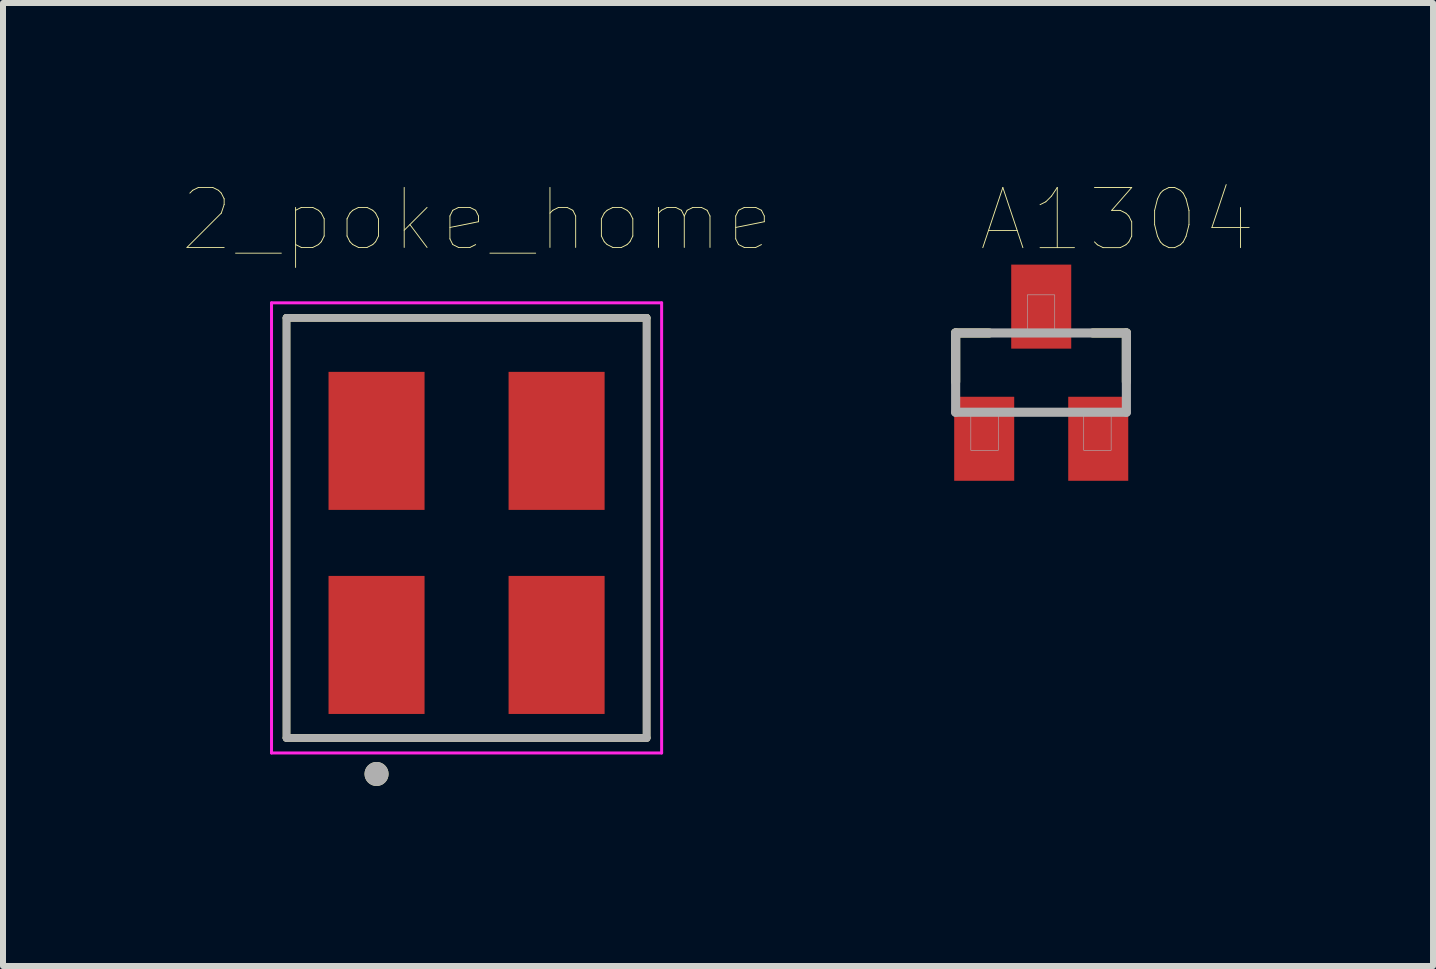
<source format=kicad_pcb>
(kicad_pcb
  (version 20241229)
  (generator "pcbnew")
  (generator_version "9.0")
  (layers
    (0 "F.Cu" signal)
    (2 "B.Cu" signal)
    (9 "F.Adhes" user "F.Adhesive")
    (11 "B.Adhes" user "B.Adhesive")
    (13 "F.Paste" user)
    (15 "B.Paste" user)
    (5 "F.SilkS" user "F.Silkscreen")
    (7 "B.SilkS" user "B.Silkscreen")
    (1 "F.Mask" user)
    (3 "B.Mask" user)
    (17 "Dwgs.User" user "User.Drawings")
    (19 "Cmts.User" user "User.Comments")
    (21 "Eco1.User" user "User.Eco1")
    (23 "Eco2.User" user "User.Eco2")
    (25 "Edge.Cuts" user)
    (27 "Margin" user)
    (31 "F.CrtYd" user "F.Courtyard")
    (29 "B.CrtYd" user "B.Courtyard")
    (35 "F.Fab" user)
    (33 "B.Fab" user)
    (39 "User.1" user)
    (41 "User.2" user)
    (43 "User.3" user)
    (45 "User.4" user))
  (footprint "A1304"
    (layer "F.Cu")
    (at 14.299 4.471)
    (property "Reference" "A1304" (at 1.269 -3.858 0) (layer "F.SilkS") (effects (font (size 1.002 1.002) (thickness 0.015))))
    (attr through_hole)
    (fp_line (start -1.426 -1.973) (end -0.867 -1.973) (stroke (width 0.152) (type solid)) (layer "F.SilkS"))
    (fp_line (start -1.426 -1.16) (end -1.426 -1.973) (stroke (width 0.152) (type solid)) (layer "F.SilkS"))
    (fp_line (start 0.86 -1.973) (end 1.419 -1.973) (stroke (width 0.152) (type solid)) (layer "F.SilkS"))
    (fp_line (start 1.419 -1.973) (end 1.419 -1.16) (stroke (width 0.152) (type solid)) (layer "F.SilkS"))
    (fp_line (start -1.426 -1.973) (end 1.419 -1.973) (stroke (width 0.152) (type solid)) (layer "F.Fab"))
    (fp_line (start -1.426 -0.652) (end -1.426 -1.973) (stroke (width 0.152) (type solid)) (layer "F.Fab"))
    (fp_line (start 1.419 -1.973) (end 1.419 -0.652) (stroke (width 0.152) (type solid)) (layer "F.Fab"))
    (fp_line (start 1.419 -0.652) (end -1.426 -0.652) (stroke (width 0.152) (type solid)) (layer "F.Fab"))
    (fp_poly (pts (xy -1.173 -0.601) (xy -0.715 -0.601) (xy -0.715 -0.017) (xy -1.173 -0.017)) (stroke (width 0.01) (type solid)) (fill no) (layer "F.Fab"))
    (fp_poly (pts (xy -0.232 -2.608) (xy 0.225 -2.608) (xy 0.225 -2.025) (xy -0.232 -2.025)) (stroke (width 0.01) (type solid)) (fill no) (layer "F.Fab"))
    (fp_poly (pts (xy 0.708 -0.601) (xy 1.165 -0.601) (xy 1.165 -0.017) (xy 0.708 -0.017)) (stroke (width 0.01) (type solid)) (fill no) (layer "F.Fab"))
    (pad "1" smd rect (at -0.95 -0.21) (size 1 1.4) (layers "F.Cu" "F.Mask" "F.Paste"))
    (pad "2" smd rect (at 0.95 -0.21) (size 1 1.4) (layers "F.Cu" "F.Mask" "F.Paste"))
    (pad "3" smd rect (at 0 -2.412) (size 1 1.4) (layers "F.Cu" "F.Mask" "F.Paste")))
  (footprint "2_poke_home"
    (layer "F.Cu")
    (at 4.724 5.746)
    (property "Reference" "2_poke_home" (at 0.175 -5.135 0) (layer "F.SilkS") (effects (font (size 1 1) (thickness 0.015))))
    (attr through_hole)
    (fp_line (start -3 -3.5) (end -3 3.5) (stroke (width 0.127) (type solid)) (layer "F.SilkS"))
    (fp_line (start -3 -3.5) (end 3 -3.5) (stroke (width 0.127) (type solid)) (layer "F.SilkS"))
    (fp_line (start -3 3.5) (end 3 3.5) (stroke (width 0.127) (type solid)) (layer "F.SilkS"))
    (fp_line (start 3 -3.5) (end 3 3.5) (stroke (width 0.127) (type solid)) (layer "F.SilkS"))
    (fp_circle (center -1.5 4.1) (end -1.4 4.1) (stroke (width 0.2) (type solid)) (fill no) (layer "F.SilkS"))
    (fp_line (start -3.25 -3.75) (end 3.25 -3.75) (stroke (width 0.05) (type solid)) (layer "F.CrtYd"))
    (fp_line (start -3.25 3.75) (end -3.25 -3.75) (stroke (width 0.05) (type solid)) (layer "F.CrtYd"))
    (fp_line (start 3.25 -3.75) (end 3.25 3.75) (stroke (width 0.05) (type solid)) (layer "F.CrtYd"))
    (fp_line (start 3.25 3.75) (end -3.25 3.75) (stroke (width 0.05) (type solid)) (layer "F.CrtYd"))
    (fp_line (start -3 -3.5) (end 3 -3.5) (stroke (width 0.127) (type solid)) (layer "F.Fab"))
    (fp_line (start -3 3.5) (end -3 -3.5) (stroke (width 0.127) (type solid)) (layer "F.Fab"))
    (fp_line (start 3 -3.5) (end 3 3.5) (stroke (width 0.127) (type solid)) (layer "F.Fab"))
    (fp_line (start 3 3.5) (end -3 3.5) (stroke (width 0.127) (type solid)) (layer "F.Fab"))
    (fp_circle (center -1.5 4.1) (end -1.4 4.1) (stroke (width 0.2) (type solid)) (fill no) (layer "F.Fab"))
    (pad "1" smd rect (at -1.5 1.95) (size 1.6 2.3) (layers "F.Cu" "F.Mask" "F.Paste"))
    (pad "1_1" smd rect (at -1.5 -1.45) (size 1.6 2.3) (layers "F.Cu" "F.Mask" "F.Paste"))
    (pad "2" smd rect (at 1.5 1.95) (size 1.6 2.3) (layers "F.Cu" "F.Mask" "F.Paste"))
    (pad "2_1" smd rect (at 1.5 -1.45) (size 1.6 2.3) (layers "F.Cu" "F.Mask" "F.Paste")))
  (gr_rect
    (start -3 -3)
    (end 20.827 13.046)
    (stroke (width 0.1) (type default))
    (fill no)
    (layer "Edge.Cuts")))
</source>
